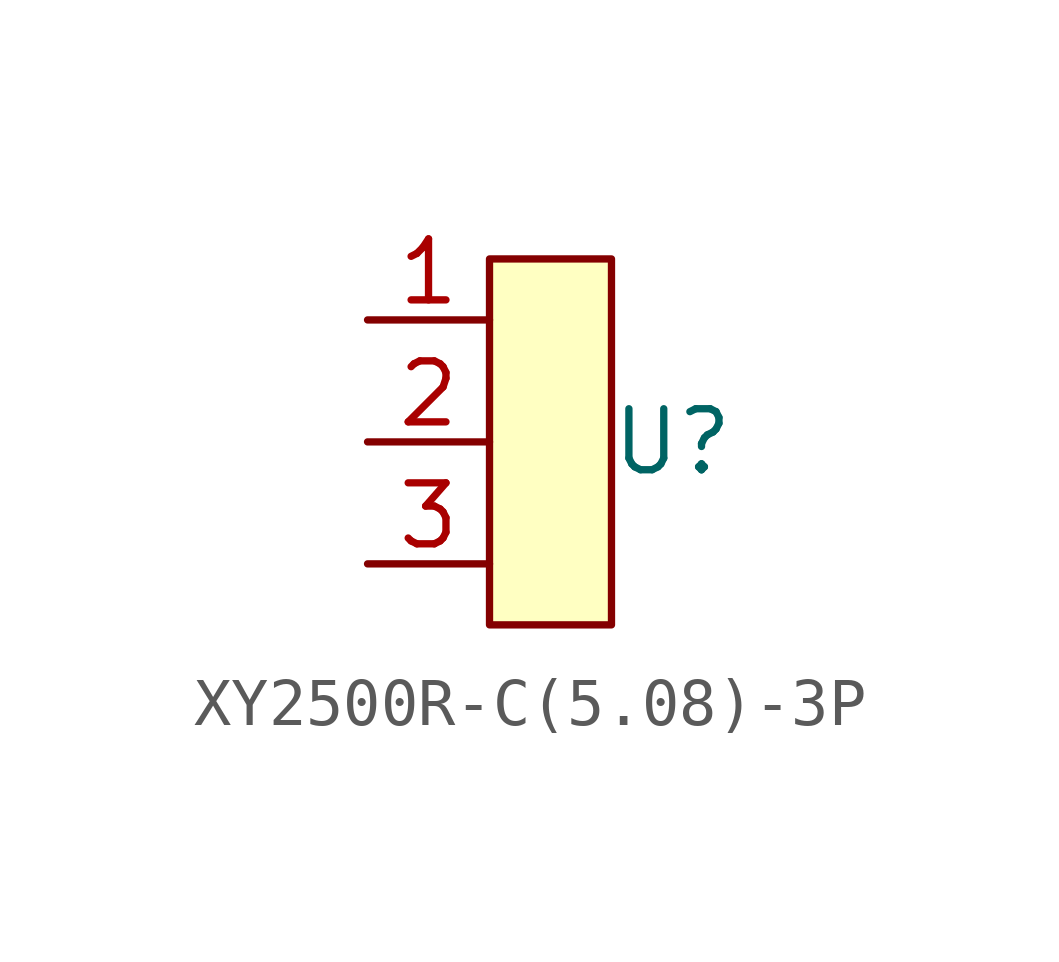
<source format=kicad_sym>
(kicad_symbol_lib
  (version 20211014)
  (generator kicad_symbol_editor)
  (symbol "XY2500R-C(5.08)-3P"
    (property "Reference" "U"
      (at 2.54 0 0)
      (effects (font (size 1.27 1.27))))
    (symbol "XY2500R-C(5.08)-3P_0_1"
      (rectangle (start -1.27 3.81) (end 1.27 -3.81) (stroke (width 0) (type default) (color 0 0 0 0)) (fill (type background))))
    (symbol "XY2500R-C(5.08)-3P_1_1"
      (pin passive line (at -3.81 2.54 0) (length 2.54) (name "" (effects (font (size 1.27 1.27)))) (number "1" (effects (font (size 1.27 1.27)))))
      (pin passive line (at -3.81 0 0) (length 2.54) (name "" (effects (font (size 1.27 1.27)))) (number "2" (effects (font (size 1.27 1.27)))))
      (pin passive line (at -3.81 -2.54 0) (length 2.54) (name "" (effects (font (size 1.27 1.27)))) (number "3" (effects (font (size 1.27 1.27))))))))
</source>
